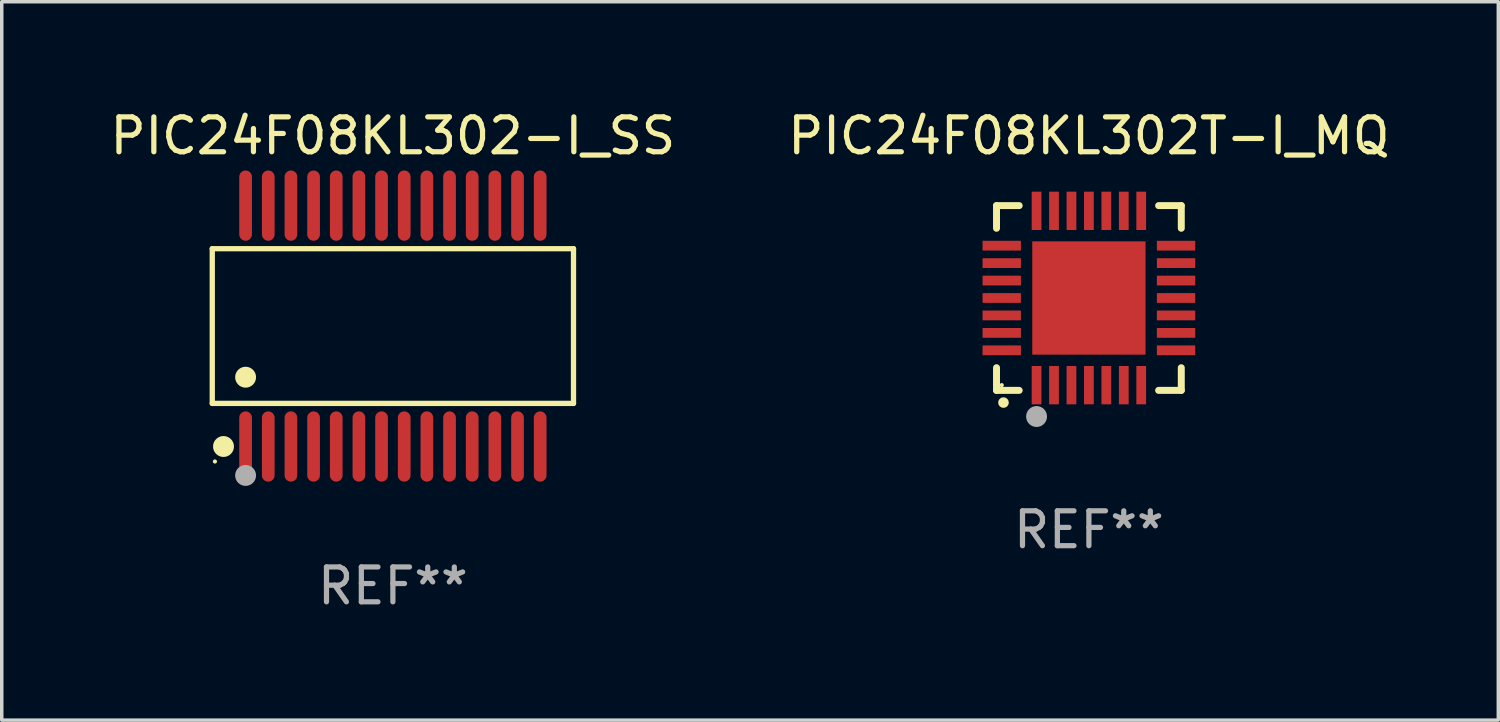
<source format=kicad_pcb>
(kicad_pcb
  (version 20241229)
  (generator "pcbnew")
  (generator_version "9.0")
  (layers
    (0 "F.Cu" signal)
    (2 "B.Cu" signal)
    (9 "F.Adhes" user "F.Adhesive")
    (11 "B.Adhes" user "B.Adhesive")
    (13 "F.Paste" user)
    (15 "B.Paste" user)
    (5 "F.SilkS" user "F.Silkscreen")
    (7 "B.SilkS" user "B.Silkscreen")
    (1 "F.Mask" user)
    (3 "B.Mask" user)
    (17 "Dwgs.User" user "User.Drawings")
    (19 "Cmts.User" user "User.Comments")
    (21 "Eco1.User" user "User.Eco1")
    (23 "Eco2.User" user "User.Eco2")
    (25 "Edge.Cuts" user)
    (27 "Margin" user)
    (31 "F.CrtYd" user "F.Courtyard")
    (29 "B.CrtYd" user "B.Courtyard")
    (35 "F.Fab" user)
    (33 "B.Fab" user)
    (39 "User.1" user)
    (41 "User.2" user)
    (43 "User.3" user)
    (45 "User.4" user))
  (footprint "PIC24F08KL302-I_SS"
    (layer "F.Cu")
    (at 8.22 6.303)
    (property "Reference" "PIC24F08KL302-I_SS" (at 0 -5.455 0) (layer "F.SilkS") (effects (font (size 1 1) (thickness 0.15))))
    (attr through_hole)
    (fp_line (start -5.181 -2.219) (end 5.181 -2.219) (stroke (width 0.152) (type solid)) (layer "F.SilkS"))
    (fp_line (start -5.181 2.219) (end -5.181 -2.219) (stroke (width 0.152) (type solid)) (layer "F.SilkS"))
    (fp_line (start 5.181 -2.219) (end 5.181 2.219) (stroke (width 0.152) (type solid)) (layer "F.SilkS"))
    (fp_line (start 5.181 2.219) (end -5.181 2.219) (stroke (width 0.152) (type solid)) (layer "F.SilkS"))
    (fp_circle (center -5.105 3.885) (end -5.075 3.885) (stroke (width 0.06) (type solid)) (fill no) (layer "F.SilkS"))
    (fp_circle (center -4.859 3.455) (end -4.709 3.455) (stroke (width 0.3) (type solid)) (fill no) (layer "F.SilkS"))
    (fp_circle (center -4.225 1.467) (end -4.075 1.467) (stroke (width 0.3) (type solid)) (fill no) (layer "F.SilkS"))
    (fp_circle (center -4.225 4.285) (end -4.075 4.285) (stroke (width 0.3) (type solid)) (fill no) (layer "F.Fab"))
    (fp_text user "REF**" (at 0 7.455 0) (layer "F.Fab") (effects (font (size 1 1) (thickness 0.15))))
    (pad "1" smd oval (at -4.225 3.455) (size 0.364 2.015) (layers "F.Cu" "F.Mask" "F.Paste"))
    (pad "2" smd oval (at -3.575 3.455) (size 0.364 2.015) (layers "F.Cu" "F.Mask" "F.Paste"))
    (pad "3" smd oval (at -2.925 3.455) (size 0.364 2.015) (layers "F.Cu" "F.Mask" "F.Paste"))
    (pad "4" smd oval (at -2.275 3.455) (size 0.364 2.015) (layers "F.Cu" "F.Mask" "F.Paste"))
    (pad "5" smd oval (at -1.625 3.455) (size 0.364 2.015) (layers "F.Cu" "F.Mask" "F.Paste"))
    (pad "6" smd oval (at -0.975 3.455) (size 0.364 2.015) (layers "F.Cu" "F.Mask" "F.Paste"))
    (pad "7" smd oval (at -0.325 3.455) (size 0.364 2.015) (layers "F.Cu" "F.Mask" "F.Paste"))
    (pad "8" smd oval (at 0.325 3.455) (size 0.364 2.015) (layers "F.Cu" "F.Mask" "F.Paste"))
    (pad "9" smd oval (at 0.975 3.455) (size 0.364 2.015) (layers "F.Cu" "F.Mask" "F.Paste"))
    (pad "10" smd oval (at 1.625 3.455) (size 0.364 2.015) (layers "F.Cu" "F.Mask" "F.Paste"))
    (pad "11" smd oval (at 2.275 3.455) (size 0.364 2.015) (layers "F.Cu" "F.Mask" "F.Paste"))
    (pad "12" smd oval (at 2.925 3.455) (size 0.364 2.015) (layers "F.Cu" "F.Mask" "F.Paste"))
    (pad "13" smd oval (at 3.575 3.455) (size 0.364 2.015) (layers "F.Cu" "F.Mask" "F.Paste"))
    (pad "14" smd oval (at 4.225 3.455) (size 0.364 2.015) (layers "F.Cu" "F.Mask" "F.Paste"))
    (pad "15" smd oval (at 4.225 -3.455) (size 0.364 2.015) (layers "F.Cu" "F.Mask" "F.Paste"))
    (pad "16" smd oval (at 3.575 -3.455) (size 0.364 2.015) (layers "F.Cu" "F.Mask" "F.Paste"))
    (pad "17" smd oval (at 2.925 -3.455) (size 0.364 2.015) (layers "F.Cu" "F.Mask" "F.Paste"))
    (pad "18" smd oval (at 2.275 -3.455) (size 0.364 2.015) (layers "F.Cu" "F.Mask" "F.Paste"))
    (pad "19" smd oval (at 1.625 -3.455) (size 0.364 2.015) (layers "F.Cu" "F.Mask" "F.Paste"))
    (pad "20" smd oval (at 0.975 -3.455) (size 0.364 2.015) (layers "F.Cu" "F.Mask" "F.Paste"))
    (pad "21" smd oval (at 0.325 -3.455) (size 0.364 2.015) (layers "F.Cu" "F.Mask" "F.Paste"))
    (pad "22" smd oval (at -0.325 -3.455) (size 0.364 2.015) (layers "F.Cu" "F.Mask" "F.Paste"))
    (pad "23" smd oval (at -0.975 -3.455) (size 0.364 2.015) (layers "F.Cu" "F.Mask" "F.Paste"))
    (pad "24" smd oval (at -1.625 -3.455) (size 0.364 2.015) (layers "F.Cu" "F.Mask" "F.Paste"))
    (pad "25" smd oval (at -2.275 -3.455) (size 0.364 2.015) (layers "F.Cu" "F.Mask" "F.Paste"))
    (pad "26" smd oval (at -2.925 -3.455) (size 0.364 2.015) (layers "F.Cu" "F.Mask" "F.Paste"))
    (pad "27" smd oval (at -3.575 -3.455) (size 0.364 2.015) (layers "F.Cu" "F.Mask" "F.Paste"))
    (pad "28" smd oval (at -4.225 -3.455) (size 0.364 2.015) (layers "F.Cu" "F.Mask" "F.Paste")))
  (footprint "PIC24F08KL302T-I_MQ"
    (layer "F.Cu")
    (at 28.185 5.498)
    (property "Reference" "PIC24F08KL302T-I_MQ" (at 0 -4.65 0) (layer "F.SilkS") (effects (font (size 1 1) (thickness 0.15))))
    (attr through_hole)
    (fp_line (start -2.65 -2.65) (end -2.65 -2) (stroke (width 0.2) (type solid)) (layer "F.SilkS"))
    (fp_line (start -2.65 2.65) (end -2.65 2) (stroke (width 0.2) (type solid)) (layer "F.SilkS"))
    (fp_line (start -2 -2.65) (end -2.65 -2.65) (stroke (width 0.2) (type solid)) (layer "F.SilkS"))
    (fp_line (start -2 2.65) (end -2.65 2.65) (stroke (width 0.2) (type solid)) (layer "F.SilkS"))
    (fp_line (start 2 2.65) (end 2.65 2.65) (stroke (width 0.2) (type solid)) (layer "F.SilkS"))
    (fp_line (start 2.65 -2.65) (end 2 -2.65) (stroke (width 0.2) (type solid)) (layer "F.SilkS"))
    (fp_line (start 2.65 -2) (end 2.65 -2.65) (stroke (width 0.2) (type solid)) (layer "F.SilkS"))
    (fp_line (start 2.65 2.65) (end 2.65 2) (stroke (width 0.2) (type solid)) (layer "F.SilkS"))
    (fp_arc (start -2.451105 2.999746) (mid -2.449835 2.999741) (end -2.448565 2.999746) (stroke (width 0.3) (type solid)) (layer "F.SilkS"))
    (fp_circle (center -2.5 2.5) (end -2.47 2.5) (stroke (width 0.06) (type solid)) (fill no) (layer "F.SilkS"))
    (fp_circle (center -1.501 3.4) (end -1.351 3.4) (stroke (width 0.3) (type solid)) (fill no) (layer "F.Fab"))
    (fp_text user "REF**" (at 0 6.65 0) (layer "F.Fab") (effects (font (size 1 1) (thickness 0.15))))
    (pad "1" smd rect (at -1.501 2.5 180) (size 0.28 1.1) (layers "F.Cu" "F.Mask" "F.Paste"))
    (pad "2" smd rect (at -1.001 2.5 180) (size 0.28 1.1) (layers "F.Cu" "F.Mask" "F.Paste"))
    (pad "3" smd rect (at -0.5 2.5 180) (size 0.28 1.1) (layers "F.Cu" "F.Mask" "F.Paste"))
    (pad "4" smd rect (at 0.000076 2.5 180) (size 0.28 1.1) (layers "F.Cu" "F.Mask" "F.Paste"))
    (pad "5" smd rect (at 0.5 2.5 180) (size 0.28 1.1) (layers "F.Cu" "F.Mask" "F.Paste"))
    (pad "6" smd rect (at 1.001 2.5 180) (size 0.28 1.1) (layers "F.Cu" "F.Mask" "F.Paste"))
    (pad "7" smd rect (at 1.501 2.5 180) (size 0.28 1.1) (layers "F.Cu" "F.Mask" "F.Paste"))
    (pad "8" smd rect (at 2.5 1.501 90) (size 0.28 1.1) (layers "F.Cu" "F.Mask" "F.Paste"))
    (pad "9" smd rect (at 2.5 1.001 90) (size 0.28 1.1) (layers "F.Cu" "F.Mask" "F.Paste"))
    (pad "10" smd rect (at 2.5 0.5 90) (size 0.28 1.1) (layers "F.Cu" "F.Mask" "F.Paste"))
    (pad "11" smd rect (at 2.5 0.000076 90) (size 0.28 1.1) (layers "F.Cu" "F.Mask" "F.Paste"))
    (pad "12" smd rect (at 2.5 -0.5 90) (size 0.28 1.1) (layers "F.Cu" "F.Mask" "F.Paste"))
    (pad "13" smd rect (at 2.5 -1.001 90) (size 0.28 1.1) (layers "F.Cu" "F.Mask" "F.Paste"))
    (pad "14" smd rect (at 2.5 -1.501 90) (size 0.28 1.1) (layers "F.Cu" "F.Mask" "F.Paste"))
    (pad "15" smd rect (at 1.501 -2.5 180) (size 0.28 1.1) (layers "F.Cu" "F.Mask" "F.Paste"))
    (pad "16" smd rect (at 1.001 -2.5 180) (size 0.28 1.1) (layers "F.Cu" "F.Mask" "F.Paste"))
    (pad "17" smd rect (at 0.5 -2.5 180) (size 0.28 1.1) (layers "F.Cu" "F.Mask" "F.Paste"))
    (pad "18" smd rect (at 0.000076 -2.5 180) (size 0.28 1.1) (layers "F.Cu" "F.Mask" "F.Paste"))
    (pad "19" smd rect (at -0.5 -2.5 180) (size 0.28 1.1) (layers "F.Cu" "F.Mask" "F.Paste"))
    (pad "20" smd rect (at -1.001 -2.5 180) (size 0.28 1.1) (layers "F.Cu" "F.Mask" "F.Paste"))
    (pad "21" smd rect (at -1.501 -2.5 180) (size 0.28 1.1) (layers "F.Cu" "F.Mask" "F.Paste"))
    (pad "22" smd rect (at -2.5 -1.501 90) (size 0.28 1.1) (layers "F.Cu" "F.Mask" "F.Paste"))
    (pad "23" smd rect (at -2.5 -1.001 90) (size 0.28 1.1) (layers "F.Cu" "F.Mask" "F.Paste"))
    (pad "24" smd rect (at -2.5 -0.5 90) (size 0.28 1.1) (layers "F.Cu" "F.Mask" "F.Paste"))
    (pad "25" smd rect (at -2.5 0.000076 90) (size 0.28 1.1) (layers "F.Cu" "F.Mask" "F.Paste"))
    (pad "26" smd rect (at -2.5 0.5 90) (size 0.28 1.1) (layers "F.Cu" "F.Mask" "F.Paste"))
    (pad "27" smd rect (at -2.5 1.001 90) (size 0.28 1.1) (layers "F.Cu" "F.Mask" "F.Paste"))
    (pad "28" smd rect (at -2.5 1.501 90) (size 0.28 1.1) (layers "F.Cu" "F.Mask" "F.Paste"))
    (pad "29" smd rect (at 0.000076 0.000076 90) (size 3.25 3.25) (layers "F.Cu" "F.Mask" "F.Paste")))
  (gr_rect
    (start -3 -3)
    (end 39.929 17.607)
    (stroke (width 0.1) (type default))
    (fill no)
    (layer "Edge.Cuts")))
</source>
